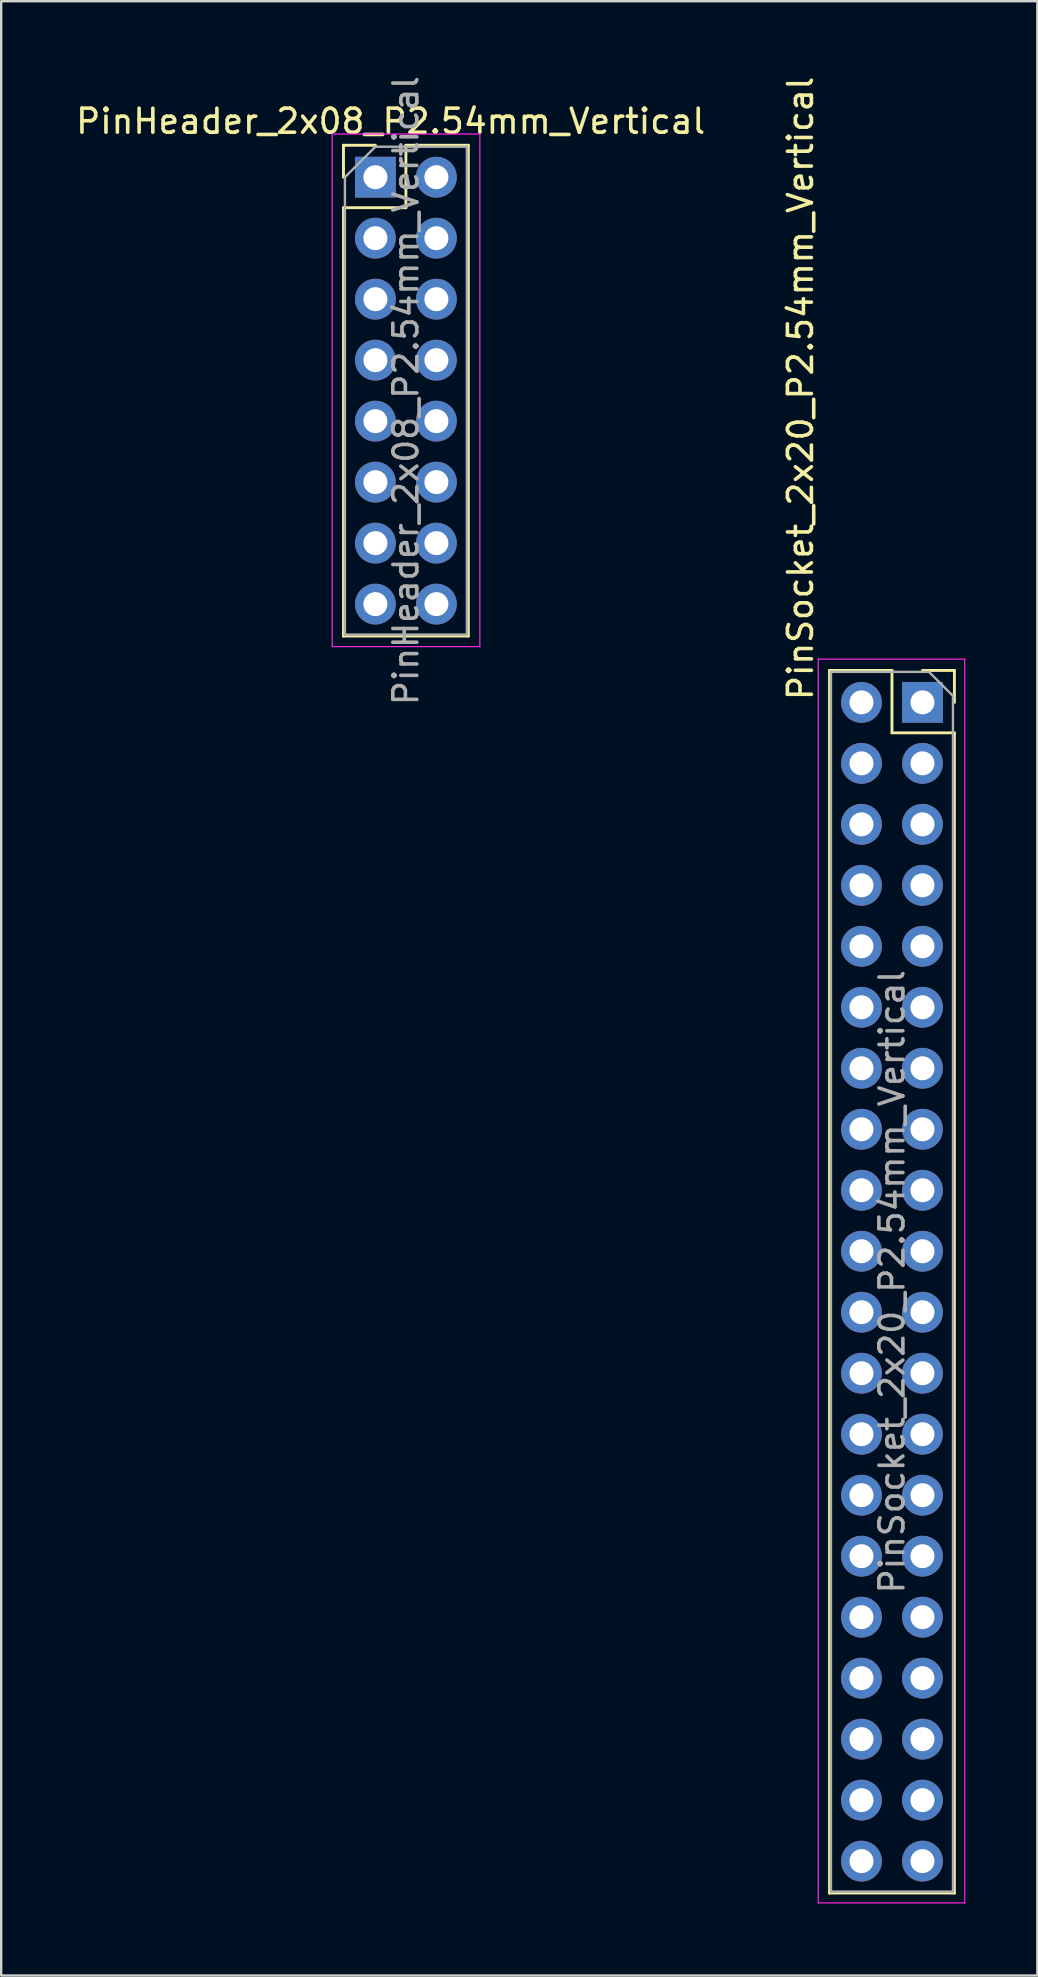
<source format=kicad_pcb>
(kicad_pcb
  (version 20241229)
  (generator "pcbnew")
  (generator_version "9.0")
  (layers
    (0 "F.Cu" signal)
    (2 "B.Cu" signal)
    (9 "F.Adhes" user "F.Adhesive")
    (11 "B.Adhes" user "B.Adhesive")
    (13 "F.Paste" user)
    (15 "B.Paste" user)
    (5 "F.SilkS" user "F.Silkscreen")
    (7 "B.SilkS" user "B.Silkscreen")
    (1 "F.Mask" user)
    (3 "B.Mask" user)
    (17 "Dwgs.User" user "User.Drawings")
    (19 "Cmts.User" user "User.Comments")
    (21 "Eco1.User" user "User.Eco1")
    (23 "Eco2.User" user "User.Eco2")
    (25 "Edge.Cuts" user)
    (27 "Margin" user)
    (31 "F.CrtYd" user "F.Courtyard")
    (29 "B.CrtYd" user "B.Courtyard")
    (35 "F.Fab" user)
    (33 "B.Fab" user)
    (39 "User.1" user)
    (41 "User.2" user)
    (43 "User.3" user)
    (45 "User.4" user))
  (footprint "PinSocket_2x20_P2.54mm_Vertical"
    (layer "F.Cu")
    (at 35.369 26.202)
    (property "Reference" "PinSocket_2x20_P2.54mm_Vertical" (at -5.08 0 90) (layer "F.SilkS") (effects (font (size 1 1) (thickness 0.15)) (justify left)))
    (attr through_hole)
    (fp_line (start -3.87 -1.33) (end -3.87 49.59) (stroke (width 0.12) (type solid)) (layer "F.SilkS"))
    (fp_line (start -3.87 -1.33) (end -1.27 -1.33) (stroke (width 0.12) (type solid)) (layer "F.SilkS"))
    (fp_line (start -3.87 49.59) (end 1.33 49.59) (stroke (width 0.12) (type solid)) (layer "F.SilkS"))
    (fp_line (start -1.27 -1.33) (end -1.27 1.27) (stroke (width 0.12) (type solid)) (layer "F.SilkS"))
    (fp_line (start -1.27 1.27) (end 1.33 1.27) (stroke (width 0.12) (type solid)) (layer "F.SilkS"))
    (fp_line (start 0 -1.33) (end 1.33 -1.33) (stroke (width 0.12) (type solid)) (layer "F.SilkS"))
    (fp_line (start 1.33 -1.33) (end 1.33 0) (stroke (width 0.12) (type solid)) (layer "F.SilkS"))
    (fp_line (start 1.33 1.27) (end 1.33 49.59) (stroke (width 0.12) (type solid)) (layer "F.SilkS"))
    (fp_line (start -4.34 -1.8) (end 1.76 -1.8) (stroke (width 0.05) (type solid)) (layer "F.CrtYd"))
    (fp_line (start -4.34 50) (end -4.34 -1.8) (stroke (width 0.05) (type solid)) (layer "F.CrtYd"))
    (fp_line (start 1.76 -1.8) (end 1.76 50) (stroke (width 0.05) (type solid)) (layer "F.CrtYd"))
    (fp_line (start 1.76 50) (end -4.34 50) (stroke (width 0.05) (type solid)) (layer "F.CrtYd"))
    (fp_line (start -3.81 -1.27) (end 0.27 -1.27) (stroke (width 0.1) (type solid)) (layer "F.Fab"))
    (fp_line (start -3.81 49.53) (end -3.81 -1.27) (stroke (width 0.1) (type solid)) (layer "F.Fab"))
    (fp_line (start 0.27 -1.27) (end 1.27 -0.27) (stroke (width 0.1) (type solid)) (layer "F.Fab"))
    (fp_line (start 1.27 -0.27) (end 1.27 49.53) (stroke (width 0.1) (type solid)) (layer "F.Fab"))
    (fp_line (start 1.27 49.53) (end -3.81 49.53) (stroke (width 0.1) (type solid)) (layer "F.Fab"))
    (fp_text user "${REFERENCE}" (at -1.27 24.13 270) (layer "F.Fab") (effects (font (size 1 1) (thickness 0.15))))
    (pad "1" thru_hole rect (at 0 0) (size 1.7 1.7) (drill 1) (layers "*.Cu" "*.Mask"))
    (pad "2" thru_hole oval (at -2.54 0) (size 1.7 1.7) (drill 1) (layers "*.Cu" "*.Mask"))
    (pad "3" thru_hole oval (at 0 2.54) (size 1.7 1.7) (drill 1) (layers "*.Cu" "*.Mask"))
    (pad "4" thru_hole oval (at -2.54 2.54) (size 1.7 1.7) (drill 1) (layers "*.Cu" "*.Mask"))
    (pad "5" thru_hole oval (at 0 5.08) (size 1.7 1.7) (drill 1) (layers "*.Cu" "*.Mask"))
    (pad "6" thru_hole oval (at -2.54 5.08) (size 1.7 1.7) (drill 1) (layers "*.Cu" "*.Mask"))
    (pad "7" thru_hole oval (at 0 7.62) (size 1.7 1.7) (drill 1) (layers "*.Cu" "*.Mask"))
    (pad "8" thru_hole oval (at -2.54 7.62) (size 1.7 1.7) (drill 1) (layers "*.Cu" "*.Mask"))
    (pad "9" thru_hole oval (at 0 10.16) (size 1.7 1.7) (drill 1) (layers "*.Cu" "*.Mask"))
    (pad "10" thru_hole oval (at -2.54 10.16) (size 1.7 1.7) (drill 1) (layers "*.Cu" "*.Mask"))
    (pad "11" thru_hole oval (at 0 12.7) (size 1.7 1.7) (drill 1) (layers "*.Cu" "*.Mask"))
    (pad "12" thru_hole oval (at -2.54 12.7) (size 1.7 1.7) (drill 1) (layers "*.Cu" "*.Mask"))
    (pad "13" thru_hole oval (at 0 15.24) (size 1.7 1.7) (drill 1) (layers "*.Cu" "*.Mask"))
    (pad "14" thru_hole oval (at -2.54 15.24) (size 1.7 1.7) (drill 1) (layers "*.Cu" "*.Mask"))
    (pad "15" thru_hole oval (at 0 17.78) (size 1.7 1.7) (drill 1) (layers "*.Cu" "*.Mask"))
    (pad "16" thru_hole oval (at -2.54 17.78) (size 1.7 1.7) (drill 1) (layers "*.Cu" "*.Mask"))
    (pad "17" thru_hole oval (at 0 20.32) (size 1.7 1.7) (drill 1) (layers "*.Cu" "*.Mask"))
    (pad "18" thru_hole oval (at -2.54 20.32) (size 1.7 1.7) (drill 1) (layers "*.Cu" "*.Mask"))
    (pad "19" thru_hole oval (at 0 22.86) (size 1.7 1.7) (drill 1) (layers "*.Cu" "*.Mask"))
    (pad "20" thru_hole oval (at -2.54 22.86) (size 1.7 1.7) (drill 1) (layers "*.Cu" "*.Mask"))
    (pad "21" thru_hole oval (at 0 25.4) (size 1.7 1.7) (drill 1) (layers "*.Cu" "*.Mask"))
    (pad "22" thru_hole oval (at -2.54 25.4) (size 1.7 1.7) (drill 1) (layers "*.Cu" "*.Mask"))
    (pad "23" thru_hole oval (at 0 27.94) (size 1.7 1.7) (drill 1) (layers "*.Cu" "*.Mask"))
    (pad "24" thru_hole oval (at -2.54 27.94) (size 1.7 1.7) (drill 1) (layers "*.Cu" "*.Mask"))
    (pad "25" thru_hole oval (at 0 30.48) (size 1.7 1.7) (drill 1) (layers "*.Cu" "*.Mask"))
    (pad "26" thru_hole oval (at -2.54 30.48) (size 1.7 1.7) (drill 1) (layers "*.Cu" "*.Mask"))
    (pad "27" thru_hole oval (at 0 33.02) (size 1.7 1.7) (drill 1) (layers "*.Cu" "*.Mask"))
    (pad "28" thru_hole oval (at -2.54 33.02) (size 1.7 1.7) (drill 1) (layers "*.Cu" "*.Mask"))
    (pad "29" thru_hole oval (at 0 35.56) (size 1.7 1.7) (drill 1) (layers "*.Cu" "*.Mask"))
    (pad "30" thru_hole oval (at -2.54 35.56) (size 1.7 1.7) (drill 1) (layers "*.Cu" "*.Mask"))
    (pad "31" thru_hole oval (at 0 38.1) (size 1.7 1.7) (drill 1) (layers "*.Cu" "*.Mask"))
    (pad "32" thru_hole oval (at -2.54 38.1) (size 1.7 1.7) (drill 1) (layers "*.Cu" "*.Mask"))
    (pad "33" thru_hole oval (at 0 40.64) (size 1.7 1.7) (drill 1) (layers "*.Cu" "*.Mask"))
    (pad "34" thru_hole oval (at -2.54 40.64) (size 1.7 1.7) (drill 1) (layers "*.Cu" "*.Mask"))
    (pad "35" thru_hole oval (at 0 43.18) (size 1.7 1.7) (drill 1) (layers "*.Cu" "*.Mask"))
    (pad "36" thru_hole oval (at -2.54 43.18) (size 1.7 1.7) (drill 1) (layers "*.Cu" "*.Mask"))
    (pad "37" thru_hole oval (at 0 45.72) (size 1.7 1.7) (drill 1) (layers "*.Cu" "*.Mask"))
    (pad "38" thru_hole oval (at -2.54 45.72) (size 1.7 1.7) (drill 1) (layers "*.Cu" "*.Mask"))
    (pad "39" thru_hole oval (at 0 48.26) (size 1.7 1.7) (drill 1) (layers "*.Cu" "*.Mask"))
    (pad "40" thru_hole oval (at -2.54 48.26) (size 1.7 1.7) (drill 1) (layers "*.Cu" "*.Mask")))
  (footprint "PinHeader_2x08_P2.54mm_Vertical"
    (layer "F.Cu")
    (at 12.585 4.33)
    (property "Reference" "PinHeader_2x08_P2.54mm_Vertical" (at 0.635 -2.33 0) (layer "F.SilkS") (effects (font (size 1 1) (thickness 0.15))))
    (attr through_hole)
    (fp_line (start -1.33 -1.33) (end 0 -1.33) (stroke (width 0.12) (type solid)) (layer "F.SilkS"))
    (fp_line (start -1.33 0) (end -1.33 -1.33) (stroke (width 0.12) (type solid)) (layer "F.SilkS"))
    (fp_line (start -1.33 1.27) (end -1.33 19.11) (stroke (width 0.12) (type solid)) (layer "F.SilkS"))
    (fp_line (start -1.33 1.27) (end 1.27 1.27) (stroke (width 0.12) (type solid)) (layer "F.SilkS"))
    (fp_line (start -1.33 19.11) (end 3.87 19.11) (stroke (width 0.12) (type solid)) (layer "F.SilkS"))
    (fp_line (start 1.27 -1.33) (end 3.87 -1.33) (stroke (width 0.12) (type solid)) (layer "F.SilkS"))
    (fp_line (start 1.27 1.27) (end 1.27 -1.33) (stroke (width 0.12) (type solid)) (layer "F.SilkS"))
    (fp_line (start 3.87 -1.33) (end 3.87 19.11) (stroke (width 0.12) (type solid)) (layer "F.SilkS"))
    (fp_line (start -1.8 -1.8) (end -1.8 19.55) (stroke (width 0.05) (type solid)) (layer "F.CrtYd"))
    (fp_line (start -1.8 19.55) (end 4.35 19.55) (stroke (width 0.05) (type solid)) (layer "F.CrtYd"))
    (fp_line (start 4.35 -1.8) (end -1.8 -1.8) (stroke (width 0.05) (type solid)) (layer "F.CrtYd"))
    (fp_line (start 4.35 19.55) (end 4.35 -1.8) (stroke (width 0.05) (type solid)) (layer "F.CrtYd"))
    (fp_line (start -1.27 0) (end 0 -1.27) (stroke (width 0.1) (type solid)) (layer "F.Fab"))
    (fp_line (start -1.27 19.05) (end -1.27 0) (stroke (width 0.1) (type solid)) (layer "F.Fab"))
    (fp_line (start 0 -1.27) (end 3.81 -1.27) (stroke (width 0.1) (type solid)) (layer "F.Fab"))
    (fp_line (start 3.81 -1.27) (end 3.81 19.05) (stroke (width 0.1) (type solid)) (layer "F.Fab"))
    (fp_line (start 3.81 19.05) (end -1.27 19.05) (stroke (width 0.1) (type solid)) (layer "F.Fab"))
    (fp_text user "${REFERENCE}" (at 1.27 8.89 90) (layer "F.Fab") (effects (font (size 1 1) (thickness 0.15))))
    (pad "1" thru_hole rect (at 0 0) (size 1.7 1.7) (drill 1) (layers "*.Cu" "*.Mask"))
    (pad "2" thru_hole oval (at 2.54 0) (size 1.7 1.7) (drill 1) (layers "*.Cu" "*.Mask"))
    (pad "3" thru_hole oval (at 0 2.54) (size 1.7 1.7) (drill 1) (layers "*.Cu" "*.Mask"))
    (pad "4" thru_hole oval (at 2.54 2.54) (size 1.7 1.7) (drill 1) (layers "*.Cu" "*.Mask"))
    (pad "5" thru_hole oval (at 0 5.08) (size 1.7 1.7) (drill 1) (layers "*.Cu" "*.Mask"))
    (pad "6" thru_hole oval (at 2.54 5.08) (size 1.7 1.7) (drill 1) (layers "*.Cu" "*.Mask"))
    (pad "7" thru_hole oval (at 0 7.62) (size 1.7 1.7) (drill 1) (layers "*.Cu" "*.Mask"))
    (pad "8" thru_hole oval (at 2.54 7.62) (size 1.7 1.7) (drill 1) (layers "*.Cu" "*.Mask"))
    (pad "9" thru_hole oval (at 0 10.16) (size 1.7 1.7) (drill 1) (layers "*.Cu" "*.Mask"))
    (pad "10" thru_hole oval (at 2.54 10.16) (size 1.7 1.7) (drill 1) (layers "*.Cu" "*.Mask"))
    (pad "11" thru_hole oval (at 0 12.7) (size 1.7 1.7) (drill 1) (layers "*.Cu" "*.Mask"))
    (pad "12" thru_hole oval (at 2.54 12.7) (size 1.7 1.7) (drill 1) (layers "*.Cu" "*.Mask"))
    (pad "13" thru_hole oval (at 0 15.24) (size 1.7 1.7) (drill 1) (layers "*.Cu" "*.Mask"))
    (pad "14" thru_hole oval (at 2.54 15.24) (size 1.7 1.7) (drill 1) (layers "*.Cu" "*.Mask"))
    (pad "15" thru_hole oval (at 0 17.78) (size 1.7 1.7) (drill 1) (layers "*.Cu" "*.Mask"))
    (pad "16" thru_hole oval (at 2.54 17.78) (size 1.7 1.7) (drill 1) (layers "*.Cu" "*.Mask")))
  (gr_rect
    (start -3 -3)
    (end 40.154 79.227)
    (stroke (width 0.1) (type default))
    (fill no)
    (layer "Edge.Cuts")))
</source>
